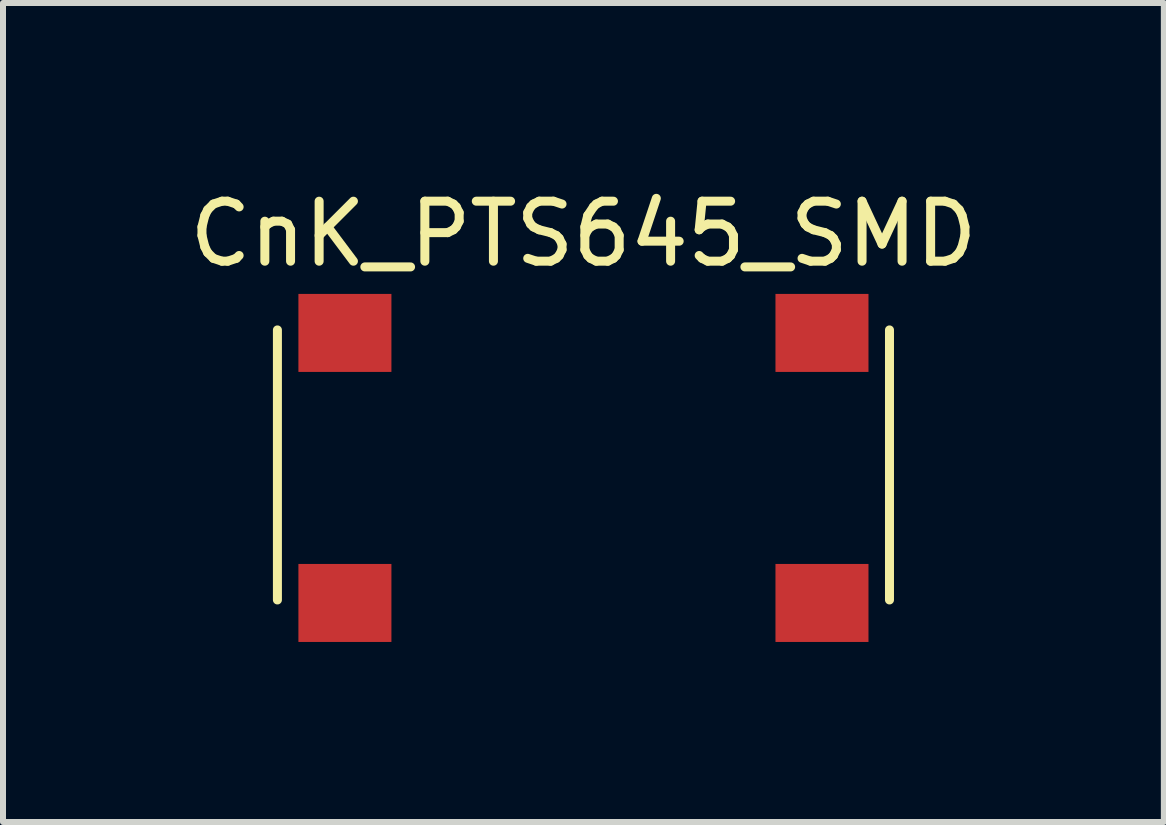
<source format=kicad_pcb>
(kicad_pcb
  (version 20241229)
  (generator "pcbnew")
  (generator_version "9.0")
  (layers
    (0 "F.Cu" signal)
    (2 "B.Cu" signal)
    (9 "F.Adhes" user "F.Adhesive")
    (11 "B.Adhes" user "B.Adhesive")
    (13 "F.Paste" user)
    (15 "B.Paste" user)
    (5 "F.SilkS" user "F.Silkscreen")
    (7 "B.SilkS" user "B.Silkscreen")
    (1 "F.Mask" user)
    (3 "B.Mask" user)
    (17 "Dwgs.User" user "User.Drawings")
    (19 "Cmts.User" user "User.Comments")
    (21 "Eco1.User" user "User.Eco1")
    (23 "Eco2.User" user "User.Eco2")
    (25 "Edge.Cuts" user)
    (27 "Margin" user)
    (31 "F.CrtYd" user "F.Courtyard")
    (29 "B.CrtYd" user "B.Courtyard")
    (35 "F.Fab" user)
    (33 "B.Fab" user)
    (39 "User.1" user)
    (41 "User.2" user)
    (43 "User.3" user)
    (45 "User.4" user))
  (footprint "CnK_PTS645_SMD"
    (layer "F.Cu")
    (at 6.673 4.748)
    (property "Reference" "CnK_PTS645_SMD" (at 0 -3.9 0) (layer "F.SilkS") (effects (font (size 1 1) (thickness 0.15))))
    (attr through_hole)
    (fp_line (start -5.1 -2.3) (end -5.1 2.2) (stroke (width 0.15) (type solid)) (layer "F.SilkS"))
    (fp_line (start 5.1 -2.3) (end 5.1 2.2) (stroke (width 0.15) (type solid)) (layer "F.SilkS"))
    (pad "1" smd rect (at -3.975 -2.25) (size 1.55 1.3) (layers "F.Cu" "F.Mask" "F.Paste"))
    (pad "1" smd rect (at 3.975 -2.25) (size 1.55 1.3) (layers "F.Cu" "F.Mask" "F.Paste"))
    (pad "2" smd rect (at -3.975 2.25) (size 1.55 1.3) (layers "F.Cu" "F.Mask" "F.Paste"))
    (pad "2" smd rect (at 3.975 2.25) (size 1.55 1.3) (layers "F.Cu" "F.Mask" "F.Paste")))
  (gr_rect
    (start -3 -3)
    (end 16.345 10.648)
    (stroke (width 0.1) (type default))
    (fill no)
    (layer "Edge.Cuts")))
</source>
